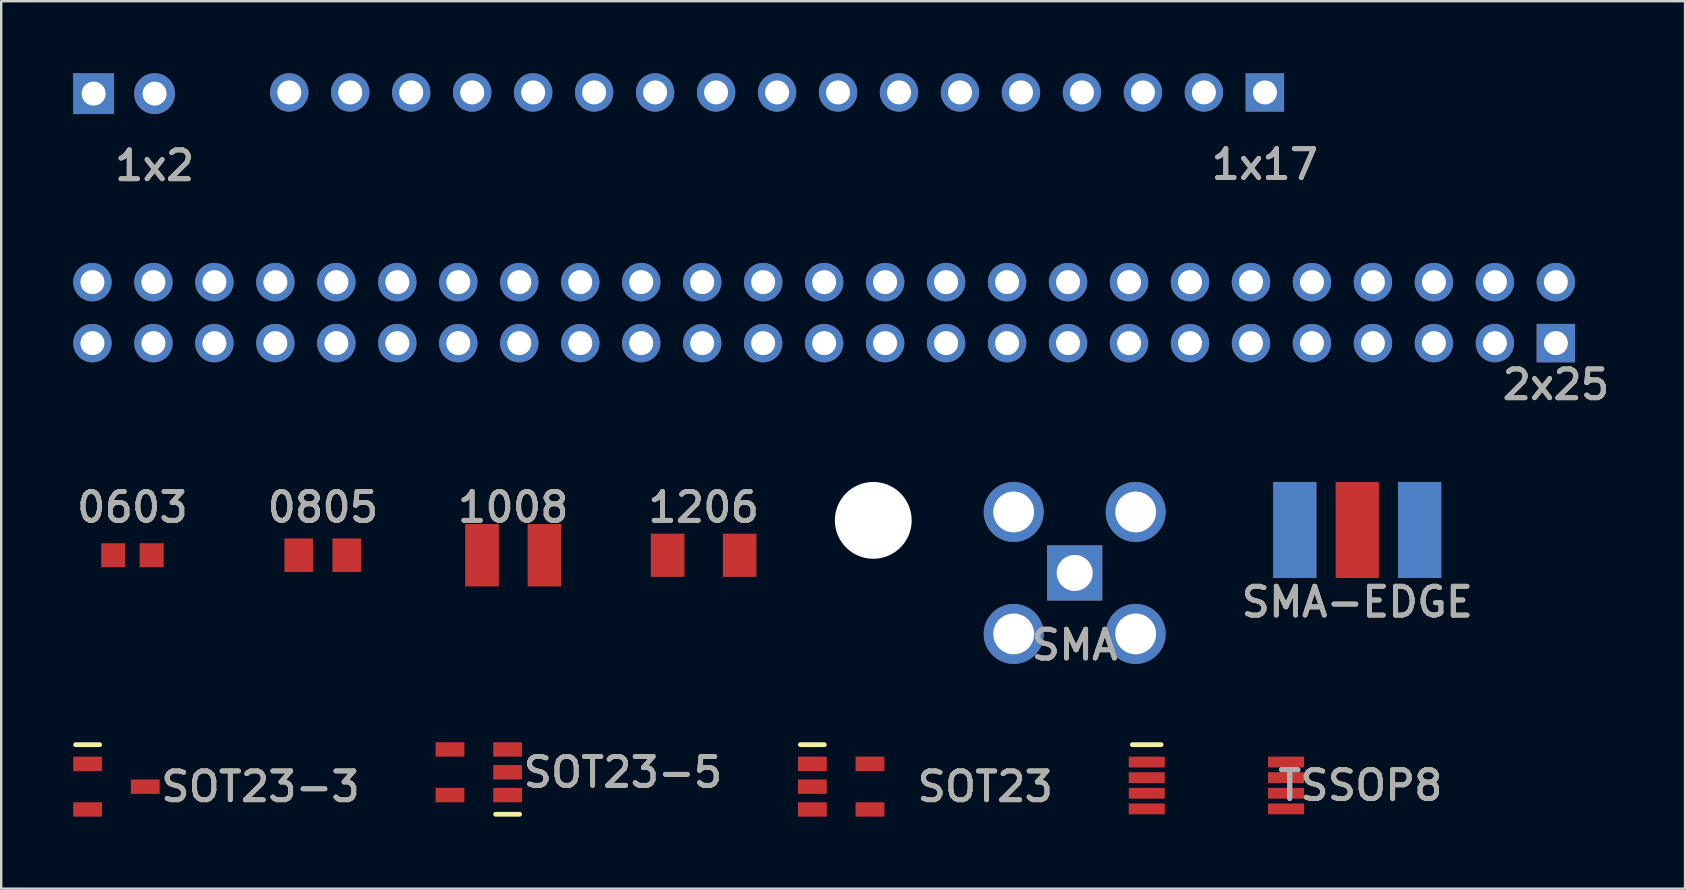
<source format=kicad_pcb>
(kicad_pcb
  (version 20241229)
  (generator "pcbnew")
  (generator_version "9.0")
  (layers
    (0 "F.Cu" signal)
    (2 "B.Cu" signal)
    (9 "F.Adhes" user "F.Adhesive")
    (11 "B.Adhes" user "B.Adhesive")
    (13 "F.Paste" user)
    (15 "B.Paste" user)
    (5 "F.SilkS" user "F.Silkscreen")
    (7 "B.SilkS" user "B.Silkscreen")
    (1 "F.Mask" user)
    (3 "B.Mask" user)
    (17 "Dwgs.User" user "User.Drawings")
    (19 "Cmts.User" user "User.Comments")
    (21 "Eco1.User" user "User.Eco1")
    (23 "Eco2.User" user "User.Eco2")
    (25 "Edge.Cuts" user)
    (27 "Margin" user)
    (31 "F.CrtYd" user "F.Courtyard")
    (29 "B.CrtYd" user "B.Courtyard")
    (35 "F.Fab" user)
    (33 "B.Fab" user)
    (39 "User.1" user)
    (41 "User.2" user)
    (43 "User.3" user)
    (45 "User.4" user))
  (footprint "SOT23"
    (layer "F.Cu")
    (at 31.989 29.719)
    (property "Reference" "SOT23" (at 6 0 0) (layer "F.SilkS") (effects (font (size 1.2 1.2) (thickness 0.2))))
    (attr smd)
    (fp_line (start -1.7 -1.75) (end -0.7 -1.75) (stroke (width 0.2) (type solid)) (layer "F.SilkS"))
    (fp_text user "${REFERENCE}" (at 6 0 0) (layer "F.Fab") (effects (font (size 1.2 1.2) (thickness 0.2))))
    (pad "1" smd rect (at -1.2 -0.95 90) (size 0.6 1.2) (layers "F.Cu" "F.Mask" "F.Paste"))
    (pad "2" smd rect (at -1.2 0 90) (size 0.6 1.2) (layers "F.Cu" "F.Mask" "F.Paste"))
    (pad "3" smd rect (at -1.2 0.95 90) (size 0.6 1.2) (layers "F.Cu" "F.Mask" "F.Paste"))
    (pad "4" smd rect (at 1.2 0.95 90) (size 0.6 1.2) (layers "F.Cu" "F.Mask" "F.Paste"))
    (pad "5" smd rect (at 1.2 -0.95 90) (size 0.6 1.2) (layers "F.Cu" "F.Mask" "F.Paste")))
  (footprint "SMA-EDGE"
    (layer "F.Cu")
    (at 53.486 19.026)
    (property "Reference" "SMA-EDGE" (at 0 3 0) (layer "F.SilkS") (effects (font (size 1.2 1.2) (thickness 0.2))))
    (attr through_hole)
    (fp_text user "${REFERENCE}" (at 0 3 0) (layer "F.Fab") (effects (font (size 1.2 1.2) (thickness 0.2))))
    (pad "1" smd rect (at 0 0) (size 1.8 4) (layers "F.Cu" "F.Mask" "F.Paste"))
    (pad "2" smd rect (at -2.6 0) (size 1.8 4) (layers "F.Cu" "F.Mask" "F.Paste"))
    (pad "2" smd rect (at -2.6 0) (size 1.8 4) (layers "B.Cu" "B.Mask" "B.Paste"))
    (pad "2" smd rect (at 2.6 0) (size 1.8 4) (layers "F.Cu" "F.Mask" "F.Paste"))
    (pad "2" smd rect (at 2.6 0) (size 1.8 4) (layers "B.Cu" "B.Mask" "B.Paste")))
  (footprint "SMA"
    (layer "F.Cu")
    (at 41.716 20.816)
    (property "Reference" "SMA" (at 0 3 0) (layer "F.SilkS") (effects (font (size 1.2 1.2) (thickness 0.2))))
    (attr through_hole)
    (fp_text user "${REFERENCE}" (at 0 3 0) (layer "F.Fab") (effects (font (size 1.2 1.2) (thickness 0.2))))
    (pad "1" thru_hole rect (at 0 0) (size 2.3 2.3) (drill 1.5) (layers "*.Cu" "*.Mask"))
    (pad "2" thru_hole circle (at -2.54 -2.54) (size 2.5 2.5) (drill 1.7) (layers "*.Cu" "*.Mask"))
    (pad "2" thru_hole circle (at -2.54 2.54) (size 2.5 2.5) (drill 1.7) (layers "*.Cu" "*.Mask"))
    (pad "2" thru_hole circle (at 2.54 -2.54) (size 2.5 2.5) (drill 1.7) (layers "*.Cu" "*.Mask"))
    (pad "2" thru_hole circle (at 2.54 2.54) (size 2.5 2.5) (drill 1.7) (layers "*.Cu" "*.Mask")))
  (footprint "1x2"
    (layer "F.Cu")
    (at 3.39 0.85)
    (property "Reference" "1x2" (at 0 3 0) (layer "F.SilkS") (effects (font (size 1.2 1.2) (thickness 0.2))))
    (attr through_hole)
    (fp_text user "${REFERENCE}" (at 0 3 0) (layer "F.Fab") (effects (font (size 1.2 1.2) (thickness 0.2))))
    (pad "1" thru_hole rect (at -2.54 0) (size 1.7 1.7) (drill 1) (layers "*.Cu" "*.Mask") (remove_unused_layers yes) (keep_end_layers yes) (zone_layer_connections))
    (pad "2" thru_hole circle (at 0 0) (size 1.7 1.7) (drill 1) (layers "*.Cu" "*.Mask") (remove_unused_layers yes) (keep_end_layers yes) (zone_layer_connections)))
  (footprint "1206"
    (layer "F.Cu")
    (at 26.26 20.079)
    (property "Reference" "1206" (at 0 -2 0) (layer "F.SilkS") (effects (font (size 1.2 1.2) (thickness 0.2))))
    (attr smd)
    (fp_text user "${REFERENCE}" (at 0 -2 0) (layer "F.Fab") (effects (font (size 1.2 1.2) (thickness 0.2))))
    (pad "1" smd rect (at -1.5 0) (size 1.4 1.8) (layers "F.Cu" "F.Mask" "F.Paste"))
    (pad "2" smd rect (at 1.5 0) (size 1.4 1.8) (layers "F.Cu" "F.Mask" "F.Paste")))
  (footprint "TSSOP8"
    (layer "F.Cu")
    (at 47.619 29.669)
    (property "Reference" "TSSOP8" (at 6 0 0) (layer "F.SilkS") (effects (font (size 1.2 1.2) (thickness 0.2))))
    (attr smd)
    (fp_line (start -3.5 -1.7) (end -2.3 -1.7) (stroke (width 0.2) (type solid)) (layer "F.SilkS"))
    (fp_text user "${REFERENCE}" (at 6 0 0) (layer "F.Fab") (effects (font (size 1.2 1.2) (thickness 0.2))))
    (pad "1" smd rect (at -2.9 -0.975 90) (size 0.45 1.5) (layers "F.Cu" "F.Mask" "F.Paste"))
    (pad "2" smd rect (at -2.9 -0.325 90) (size 0.45 1.5) (layers "F.Cu" "F.Mask" "F.Paste"))
    (pad "3" smd rect (at -2.9 0.325 90) (size 0.45 1.5) (layers "F.Cu" "F.Mask" "F.Paste"))
    (pad "4" smd rect (at -2.9 0.975 90) (size 0.45 1.5) (layers "F.Cu" "F.Mask" "F.Paste"))
    (pad "5" smd rect (at 2.9 0.975 90) (size 0.45 1.5) (layers "F.Cu" "F.Mask" "F.Paste"))
    (pad "6" smd rect (at 2.9 0.325 90) (size 0.45 1.5) (layers "F.Cu" "F.Mask" "F.Paste"))
    (pad "7" smd rect (at 2.9 -0.325 90) (size 0.45 1.5) (layers "F.Cu" "F.Mask" "F.Paste"))
    (pad "8" smd rect (at 2.9 -0.975 90) (size 0.45 1.5) (layers "F.Cu" "F.Mask" "F.Paste")))
  (footprint "SOT23-3"
    (layer "F.Cu")
    (at 1.8 29.719)
    (property "Reference" "SOT23-3" (at 6 0 0) (layer "F.SilkS") (effects (font (size 1.2 1.2) (thickness 0.2))))
    (attr smd)
    (fp_line (start -1.7 -1.75) (end -0.7 -1.75) (stroke (width 0.2) (type solid)) (layer "F.SilkS"))
    (fp_text user "${REFERENCE}" (at 6 0 0) (layer "F.Fab") (effects (font (size 1.2 1.2) (thickness 0.2))))
    (pad "1" smd rect (at -1.2 -0.95 90) (size 0.6 1.2) (layers "F.Cu" "F.Mask" "F.Paste"))
    (pad "2" smd rect (at -1.2 0.95 90) (size 0.6 1.2) (layers "F.Cu" "F.Mask" "F.Paste"))
    (pad "3" smd rect (at 1.2 0 90) (size 0.6 1.2) (layers "F.Cu" "F.Mask" "F.Paste")))
  (footprint "1008"
    (layer "F.Cu")
    (at 18.329 20.079)
    (property "Reference" "1008" (at 0 -2 0) (layer "F.SilkS") (effects (font (size 1.2 1.2) (thickness 0.2))))
    (attr smd)
    (fp_text user "${REFERENCE}" (at 0 -2 0) (layer "F.Fab") (effects (font (size 1.2 1.2) (thickness 0.2))))
    (pad "1" smd rect (at -1.3 0) (size 1.4 2.6) (layers "F.Cu" "F.Mask" "F.Paste"))
    (pad "2" smd rect (at 1.3 0) (size 1.4 2.6) (layers "F.Cu" "F.Mask" "F.Paste")))
  (footprint "SOT23-5"
    (layer "F.Cu")
    (at 16.894 29.119)
    (property "Reference" "SOT23-5" (at 6 0 0) (layer "F.SilkS") (effects (font (size 1.2 1.2) (thickness 0.2))))
    (attr smd)
    (fp_line (start 0.7 1.75) (end 1.7 1.75) (stroke (width 0.2) (type solid)) (layer "F.SilkS"))
    (fp_text user "${REFERENCE}" (at 6 0 0) (layer "F.Fab") (effects (font (size 1.2 1.2) (thickness 0.2))))
    (pad "1" smd rect (at 1.2 0.95 90) (size 0.6 1.2) (layers "F.Cu" "F.Mask" "F.Paste"))
    (pad "2" smd rect (at 1.2 0 90) (size 0.6 1.2) (layers "F.Cu" "F.Mask" "F.Paste"))
    (pad "3" smd rect (at 1.2 -0.95 90) (size 0.6 1.2) (layers "F.Cu" "F.Mask" "F.Paste"))
    (pad "4" smd rect (at -1.2 -0.95 90) (size 0.6 1.2) (layers "F.Cu" "F.Mask" "F.Paste"))
    (pad "5" smd rect (at -1.2 0.95 90) (size 0.6 1.2) (layers "F.Cu" "F.Mask" "F.Paste")))
  (footprint "0603"
    (layer "F.Cu")
    (at 2.466 20.079)
    (property "Reference" "0603" (at 0 -2 0) (layer "F.SilkS") (effects (font (size 1.2 1.2) (thickness 0.2))))
    (attr smd)
    (fp_text user "${REFERENCE}" (at 0 -2 0) (layer "F.Fab") (effects (font (size 1.2 1.2) (thickness 0.2))))
    (pad "1" smd rect (at -0.8 0) (size 1 1) (layers "F.Cu" "F.Mask" "F.Paste"))
    (pad "2" smd rect (at 0.8 0) (size 1 1) (layers "F.Cu" "F.Mask" "F.Paste")))
  (footprint "0805"
    (layer "F.Cu")
    (at 10.397 20.079)
    (property "Reference" "0805" (at 0 -2 0) (layer "F.SilkS") (effects (font (size 1.2 1.2) (thickness 0.2))))
    (attr smd)
    (fp_text user "${REFERENCE}" (at 0 -2 0) (layer "F.Fab") (effects (font (size 1.2 1.2) (thickness 0.2))))
    (pad "1" smd rect (at -1 0) (size 1.2 1.4) (layers "F.Cu" "F.Mask" "F.Paste"))
    (pad "2" smd rect (at 1 0) (size 1.2 1.4) (layers "F.Cu" "F.Mask" "F.Paste")))
  (footprint "1x17"
    (layer "F.Cu")
    (at 49.639 0.8)
    (property "Reference" "1x17" (at 0 3 0) (layer "F.SilkS") (effects (font (size 1.2 1.2) (thickness 0.2))))
    (attr through_hole)
    (fp_text user "${REFERENCE}" (at 0 3 0) (layer "F.Fab") (effects (font (size 1.2 1.2) (thickness 0.2))))
    (pad "1" thru_hole rect (at 0 0) (size 1.6 1.6) (drill 1) (layers "*.Cu" "*.Mask"))
    (pad "3" thru_hole circle (at -2.54 0) (size 1.6 1.6) (drill 1) (layers "*.Cu" "*.Mask"))
    (pad "5" thru_hole circle (at -5.08 0) (size 1.6 1.6) (drill 1) (layers "*.Cu" "*.Mask"))
    (pad "7" thru_hole circle (at -7.62 0) (size 1.6 1.6) (drill 1) (layers "*.Cu" "*.Mask"))
    (pad "9" thru_hole circle (at -10.16 0) (size 1.6 1.6) (drill 1) (layers "*.Cu" "*.Mask"))
    (pad "11" thru_hole circle (at -12.7 0) (size 1.6 1.6) (drill 1) (layers "*.Cu" "*.Mask"))
    (pad "13" thru_hole circle (at -15.24 0) (size 1.6 1.6) (drill 1) (layers "*.Cu" "*.Mask"))
    (pad "15" thru_hole circle (at -17.78 0) (size 1.6 1.6) (drill 1) (layers "*.Cu" "*.Mask"))
    (pad "17" thru_hole circle (at -20.32 0) (size 1.6 1.6) (drill 1) (layers "*.Cu" "*.Mask"))
    (pad "19" thru_hole circle (at -22.86 0) (size 1.6 1.6) (drill 1) (layers "*.Cu" "*.Mask"))
    (pad "21" thru_hole circle (at -25.4 0) (size 1.6 1.6) (drill 1) (layers "*.Cu" "*.Mask"))
    (pad "23" thru_hole circle (at -27.94 0) (size 1.6 1.6) (drill 1) (layers "*.Cu" "*.Mask"))
    (pad "25" thru_hole circle (at -30.48 0) (size 1.6 1.6) (drill 1) (layers "*.Cu" "*.Mask"))
    (pad "27" thru_hole circle (at -33.02 0) (size 1.6 1.6) (drill 1) (layers "*.Cu" "*.Mask"))
    (pad "29" thru_hole circle (at -35.56 0) (size 1.6 1.6) (drill 1) (layers "*.Cu" "*.Mask"))
    (pad "31" thru_hole circle (at -38.1 0) (size 1.6 1.6) (drill 1) (layers "*.Cu" "*.Mask"))
    (pad "33" thru_hole circle (at -40.64 0) (size 1.6 1.6) (drill 1) (layers "*.Cu" "*.Mask")))
  (footprint "M3"
    (layer "F.Cu")
    (at 33.326 18.626)
    (property "Reference" "M3" (at 0 0 0) (layer "F.SilkS") (effects (font (size 1.27 1.27) (thickness 0.15))))
    (attr through_hole)
    (pad "" np_thru_hole circle (at 0 0) (size 3.2 3.2) (drill 3.2) (layers "*.Cu" "*.Mask")))
  (footprint "2x25"
    (layer "F.Cu")
    (at 61.76 9.973)
    (property "Reference" "2x25" (at 0 3 0) (layer "F.SilkS") (effects (font (size 1.2 1.2) (thickness 0.2))))
    (attr through_hole)
    (fp_text user "${REFERENCE}" (at 0 3 0) (layer "F.Fab") (effects (font (size 1.2 1.2) (thickness 0.2))))
    (pad "1" thru_hole rect (at 0 1.27) (size 1.6 1.6) (drill 1) (layers "*.Cu" "*.Mask"))
    (pad "2" thru_hole circle (at 0 -1.27) (size 1.6 1.6) (drill 1) (layers "*.Cu" "*.Mask"))
    (pad "3" thru_hole circle (at -2.54 1.27) (size 1.6 1.6) (drill 1) (layers "*.Cu" "*.Mask"))
    (pad "4" thru_hole circle (at -2.54 -1.27) (size 1.6 1.6) (drill 1) (layers "*.Cu" "*.Mask"))
    (pad "5" thru_hole circle (at -5.08 1.27) (size 1.6 1.6) (drill 1) (layers "*.Cu" "*.Mask"))
    (pad "6" thru_hole circle (at -5.08 -1.27) (size 1.6 1.6) (drill 1) (layers "*.Cu" "*.Mask"))
    (pad "7" thru_hole circle (at -7.62 1.27) (size 1.6 1.6) (drill 1) (layers "*.Cu" "*.Mask"))
    (pad "8" thru_hole circle (at -7.62 -1.27) (size 1.6 1.6) (drill 1) (layers "*.Cu" "*.Mask"))
    (pad "9" thru_hole circle (at -10.16 1.27) (size 1.6 1.6) (drill 1) (layers "*.Cu" "*.Mask"))
    (pad "10" thru_hole circle (at -10.16 -1.27) (size 1.6 1.6) (drill 1) (layers "*.Cu" "*.Mask"))
    (pad "11" thru_hole circle (at -12.7 1.27) (size 1.6 1.6) (drill 1) (layers "*.Cu" "*.Mask"))
    (pad "12" thru_hole circle (at -12.7 -1.27) (size 1.6 1.6) (drill 1) (layers "*.Cu" "*.Mask"))
    (pad "13" thru_hole circle (at -15.24 1.27) (size 1.6 1.6) (drill 1) (layers "*.Cu" "*.Mask"))
    (pad "14" thru_hole circle (at -15.24 -1.27) (size 1.6 1.6) (drill 1) (layers "*.Cu" "*.Mask"))
    (pad "15" thru_hole circle (at -17.78 1.27) (size 1.6 1.6) (drill 1) (layers "*.Cu" "*.Mask"))
    (pad "16" thru_hole circle (at -17.78 -1.27) (size 1.6 1.6) (drill 1) (layers "*.Cu" "*.Mask"))
    (pad "17" thru_hole circle (at -20.32 1.27) (size 1.6 1.6) (drill 1) (layers "*.Cu" "*.Mask"))
    (pad "18" thru_hole circle (at -20.32 -1.27) (size 1.6 1.6) (drill 1) (layers "*.Cu" "*.Mask"))
    (pad "19" thru_hole circle (at -22.86 1.27) (size 1.6 1.6) (drill 1) (layers "*.Cu" "*.Mask"))
    (pad "20" thru_hole circle (at -22.86 -1.27) (size 1.6 1.6) (drill 1) (layers "*.Cu" "*.Mask"))
    (pad "21" thru_hole circle (at -25.4 1.27) (size 1.6 1.6) (drill 1) (layers "*.Cu" "*.Mask"))
    (pad "22" thru_hole circle (at -25.4 -1.27) (size 1.6 1.6) (drill 1) (layers "*.Cu" "*.Mask"))
    (pad "23" thru_hole circle (at -27.94 1.27) (size 1.6 1.6) (drill 1) (layers "*.Cu" "*.Mask"))
    (pad "24" thru_hole circle (at -27.94 -1.27) (size 1.6 1.6) (drill 1) (layers "*.Cu" "*.Mask"))
    (pad "25" thru_hole circle (at -30.48 1.27) (size 1.6 1.6) (drill 1) (layers "*.Cu" "*.Mask"))
    (pad "26" thru_hole circle (at -30.48 -1.27) (size 1.6 1.6) (drill 1) (layers "*.Cu" "*.Mask"))
    (pad "27" thru_hole circle (at -33.02 1.27) (size 1.6 1.6) (drill 1) (layers "*.Cu" "*.Mask"))
    (pad "28" thru_hole circle (at -33.02 -1.27) (size 1.6 1.6) (drill 1) (layers "*.Cu" "*.Mask"))
    (pad "29" thru_hole circle (at -35.56 1.27) (size 1.6 1.6) (drill 1) (layers "*.Cu" "*.Mask"))
    (pad "30" thru_hole circle (at -35.56 -1.27) (size 1.6 1.6) (drill 1) (layers "*.Cu" "*.Mask"))
    (pad "31" thru_hole circle (at -38.1 1.27) (size 1.6 1.6) (drill 1) (layers "*.Cu" "*.Mask"))
    (pad "32" thru_hole circle (at -38.1 -1.27) (size 1.6 1.6) (drill 1) (layers "*.Cu" "*.Mask"))
    (pad "33" thru_hole circle (at -40.64 1.27) (size 1.6 1.6) (drill 1) (layers "*.Cu" "*.Mask"))
    (pad "34" thru_hole circle (at -40.64 -1.27) (size 1.6 1.6) (drill 1) (layers "*.Cu" "*.Mask"))
    (pad "35" thru_hole circle (at -43.18 1.27) (size 1.6 1.6) (drill 1) (layers "*.Cu" "*.Mask"))
    (pad "36" thru_hole circle (at -43.18 -1.27) (size 1.6 1.6) (drill 1) (layers "*.Cu" "*.Mask"))
    (pad "37" thru_hole circle (at -45.72 1.27) (size 1.6 1.6) (drill 1) (layers "*.Cu" "*.Mask"))
    (pad "38" thru_hole circle (at -45.72 -1.27) (size 1.6 1.6) (drill 1) (layers "*.Cu" "*.Mask"))
    (pad "39" thru_hole circle (at -48.26 1.27) (size 1.6 1.6) (drill 1) (layers "*.Cu" "*.Mask"))
    (pad "40" thru_hole circle (at -48.26 -1.27) (size 1.6 1.6) (drill 1) (layers "*.Cu" "*.Mask"))
    (pad "41" thru_hole circle (at -50.8 1.27) (size 1.6 1.6) (drill 1) (layers "*.Cu" "*.Mask"))
    (pad "42" thru_hole circle (at -50.8 -1.27) (size 1.6 1.6) (drill 1) (layers "*.Cu" "*.Mask"))
    (pad "43" thru_hole circle (at -53.34 1.27) (size 1.6 1.6) (drill 1) (layers "*.Cu" "*.Mask"))
    (pad "44" thru_hole circle (at -53.34 -1.27) (size 1.6 1.6) (drill 1) (layers "*.Cu" "*.Mask"))
    (pad "45" thru_hole circle (at -55.88 1.27) (size 1.6 1.6) (drill 1) (layers "*.Cu" "*.Mask"))
    (pad "46" thru_hole circle (at -55.88 -1.27) (size 1.6 1.6) (drill 1) (layers "*.Cu" "*.Mask"))
    (pad "47" thru_hole circle (at -58.42 1.27) (size 1.6 1.6) (drill 1) (layers "*.Cu" "*.Mask"))
    (pad "48" thru_hole circle (at -58.42 -1.27) (size 1.6 1.6) (drill 1) (layers "*.Cu" "*.Mask"))
    (pad "49" thru_hole circle (at -60.96 1.27) (size 1.6 1.6) (drill 1) (layers "*.Cu" "*.Mask"))
    (pad "50" thru_hole circle (at -60.96 -1.27) (size 1.6 1.6) (drill 1) (layers "*.Cu" "*.Mask")))
  (gr_rect
    (start -3 -3)
    (end 67.14 33.969)
    (stroke (width 0.1) (type default))
    (fill no)
    (layer "Edge.Cuts")))
</source>
